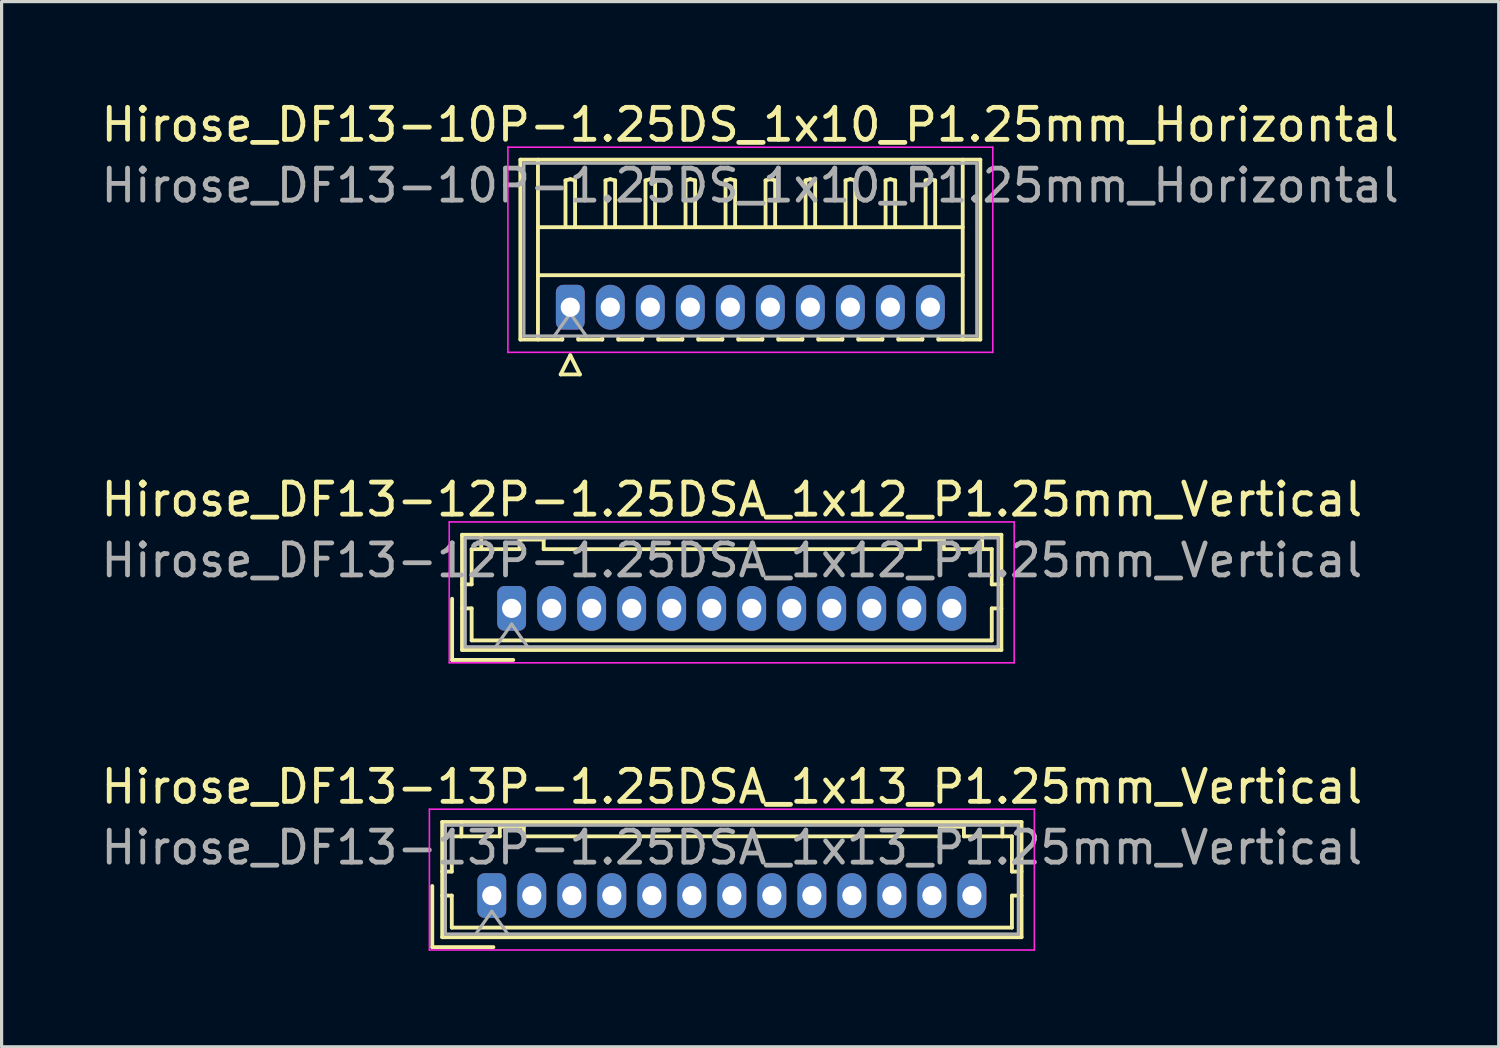
<source format=kicad_pcb>
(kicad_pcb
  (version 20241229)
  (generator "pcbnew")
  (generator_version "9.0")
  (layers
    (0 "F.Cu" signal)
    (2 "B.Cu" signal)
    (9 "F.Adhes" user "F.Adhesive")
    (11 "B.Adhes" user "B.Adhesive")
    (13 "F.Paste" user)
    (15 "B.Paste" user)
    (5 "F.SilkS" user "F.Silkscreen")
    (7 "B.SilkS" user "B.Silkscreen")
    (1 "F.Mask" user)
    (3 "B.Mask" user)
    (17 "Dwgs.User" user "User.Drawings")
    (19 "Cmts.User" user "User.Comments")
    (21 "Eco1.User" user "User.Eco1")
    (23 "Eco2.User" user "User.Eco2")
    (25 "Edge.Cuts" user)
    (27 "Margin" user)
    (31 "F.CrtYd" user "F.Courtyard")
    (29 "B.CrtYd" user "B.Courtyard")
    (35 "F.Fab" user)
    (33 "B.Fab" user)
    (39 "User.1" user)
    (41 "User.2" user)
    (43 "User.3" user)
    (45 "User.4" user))
  (footprint "Hirose_DF13-10P-1.25DS_1x10_P1.25mm_Horizontal"
    (layer "F.Cu")
    (at 14.767 6.548)
    (property "Reference" "Hirose_DF13-10P-1.25DS_1x10_P1.25mm_Horizontal" (at 5.62 -5.7 0) (layer "F.SilkS") (effects (font (size 1 1) (thickness 0.15))))
    (attr through_hole)
    (fp_line (start -1.56 -4.61) (end 12.81 -4.61) (stroke (width 0.12) (type solid)) (layer "F.SilkS"))
    (fp_line (start -1.56 1.01) (end -1.56 -4.61) (stroke (width 0.12) (type solid)) (layer "F.SilkS"))
    (fp_line (start -1.01 -4.61) (end -1.01 1.01) (stroke (width 0.12) (type solid)) (layer "F.SilkS"))
    (fp_line (start -1.01 -2.5) (end 12.26 -2.5) (stroke (width 0.12) (type solid)) (layer "F.SilkS"))
    (fp_line (start -1.01 -1) (end 12.26 -1) (stroke (width 0.12) (type solid)) (layer "F.SilkS"))
    (fp_line (start -0.3 2.1) (end 0.3 2.1) (stroke (width 0.12) (type solid)) (layer "F.SilkS"))
    (fp_line (start -0.25 0.96) (end -0.25 1.01) (stroke (width 0.12) (type solid)) (layer "F.SilkS"))
    (fp_line (start -0.25 1.01) (end -1.56 1.01) (stroke (width 0.12) (type solid)) (layer "F.SilkS"))
    (fp_line (start -0.15 -3.962) (end 0 -4) (stroke (width 0.12) (type solid)) (layer "F.SilkS"))
    (fp_line (start -0.15 -2.5) (end -0.15 -3.962) (stroke (width 0.12) (type solid)) (layer "F.SilkS"))
    (fp_line (start 0 -4) (end 0.15 -3.962) (stroke (width 0.12) (type solid)) (layer "F.SilkS"))
    (fp_line (start 0 1.5) (end -0.3 2.1) (stroke (width 0.12) (type solid)) (layer "F.SilkS"))
    (fp_line (start 0.15 -3.962) (end 0.15 -2.5) (stroke (width 0.12) (type solid)) (layer "F.SilkS"))
    (fp_line (start 0.25 0.96) (end 0.25 1.01) (stroke (width 0.12) (type solid)) (layer "F.SilkS"))
    (fp_line (start 0.25 1.01) (end 1 1.01) (stroke (width 0.12) (type solid)) (layer "F.SilkS"))
    (fp_line (start 0.3 2.1) (end 0 1.5) (stroke (width 0.12) (type solid)) (layer "F.SilkS"))
    (fp_line (start 1 1.01) (end 1 0.96) (stroke (width 0.12) (type solid)) (layer "F.SilkS"))
    (fp_line (start 1.1 -3.962) (end 1.25 -4) (stroke (width 0.12) (type solid)) (layer "F.SilkS"))
    (fp_line (start 1.1 -2.5) (end 1.1 -3.962) (stroke (width 0.12) (type solid)) (layer "F.SilkS"))
    (fp_line (start 1.25 -4) (end 1.4 -3.962) (stroke (width 0.12) (type solid)) (layer "F.SilkS"))
    (fp_line (start 1.4 -3.962) (end 1.4 -2.5) (stroke (width 0.12) (type solid)) (layer "F.SilkS"))
    (fp_line (start 1.5 0.96) (end 1.5 1.01) (stroke (width 0.12) (type solid)) (layer "F.SilkS"))
    (fp_line (start 1.5 1.01) (end 2.25 1.01) (stroke (width 0.12) (type solid)) (layer "F.SilkS"))
    (fp_line (start 2.25 1.01) (end 2.25 0.96) (stroke (width 0.12) (type solid)) (layer "F.SilkS"))
    (fp_line (start 2.35 -3.962) (end 2.5 -4) (stroke (width 0.12) (type solid)) (layer "F.SilkS"))
    (fp_line (start 2.35 -2.5) (end 2.35 -3.962) (stroke (width 0.12) (type solid)) (layer "F.SilkS"))
    (fp_line (start 2.5 -4) (end 2.65 -3.962) (stroke (width 0.12) (type solid)) (layer "F.SilkS"))
    (fp_line (start 2.65 -3.962) (end 2.65 -2.5) (stroke (width 0.12) (type solid)) (layer "F.SilkS"))
    (fp_line (start 2.75 0.96) (end 2.75 1.01) (stroke (width 0.12) (type solid)) (layer "F.SilkS"))
    (fp_line (start 2.75 1.01) (end 3.5 1.01) (stroke (width 0.12) (type solid)) (layer "F.SilkS"))
    (fp_line (start 3.5 1.01) (end 3.5 0.96) (stroke (width 0.12) (type solid)) (layer "F.SilkS"))
    (fp_line (start 3.6 -3.962) (end 3.75 -4) (stroke (width 0.12) (type solid)) (layer "F.SilkS"))
    (fp_line (start 3.6 -2.5) (end 3.6 -3.962) (stroke (width 0.12) (type solid)) (layer "F.SilkS"))
    (fp_line (start 3.75 -4) (end 3.9 -3.962) (stroke (width 0.12) (type solid)) (layer "F.SilkS"))
    (fp_line (start 3.9 -3.962) (end 3.9 -2.5) (stroke (width 0.12) (type solid)) (layer "F.SilkS"))
    (fp_line (start 4 0.96) (end 4 1.01) (stroke (width 0.12) (type solid)) (layer "F.SilkS"))
    (fp_line (start 4 1.01) (end 4.75 1.01) (stroke (width 0.12) (type solid)) (layer "F.SilkS"))
    (fp_line (start 4.75 1.01) (end 4.75 0.96) (stroke (width 0.12) (type solid)) (layer "F.SilkS"))
    (fp_line (start 4.85 -3.962) (end 5 -4) (stroke (width 0.12) (type solid)) (layer "F.SilkS"))
    (fp_line (start 4.85 -2.5) (end 4.85 -3.962) (stroke (width 0.12) (type solid)) (layer "F.SilkS"))
    (fp_line (start 5 -4) (end 5.15 -3.962) (stroke (width 0.12) (type solid)) (layer "F.SilkS"))
    (fp_line (start 5.15 -3.962) (end 5.15 -2.5) (stroke (width 0.12) (type solid)) (layer "F.SilkS"))
    (fp_line (start 5.25 0.96) (end 5.25 1.01) (stroke (width 0.12) (type solid)) (layer "F.SilkS"))
    (fp_line (start 5.25 1.01) (end 6 1.01) (stroke (width 0.12) (type solid)) (layer "F.SilkS"))
    (fp_line (start 6 1.01) (end 6 0.96) (stroke (width 0.12) (type solid)) (layer "F.SilkS"))
    (fp_line (start 6.1 -3.962) (end 6.25 -4) (stroke (width 0.12) (type solid)) (layer "F.SilkS"))
    (fp_line (start 6.1 -2.5) (end 6.1 -3.962) (stroke (width 0.12) (type solid)) (layer "F.SilkS"))
    (fp_line (start 6.25 -4) (end 6.4 -3.962) (stroke (width 0.12) (type solid)) (layer "F.SilkS"))
    (fp_line (start 6.4 -3.962) (end 6.4 -2.5) (stroke (width 0.12) (type solid)) (layer "F.SilkS"))
    (fp_line (start 6.5 0.96) (end 6.5 1.01) (stroke (width 0.12) (type solid)) (layer "F.SilkS"))
    (fp_line (start 6.5 1.01) (end 7.25 1.01) (stroke (width 0.12) (type solid)) (layer "F.SilkS"))
    (fp_line (start 7.25 1.01) (end 7.25 0.96) (stroke (width 0.12) (type solid)) (layer "F.SilkS"))
    (fp_line (start 7.35 -3.962) (end 7.5 -4) (stroke (width 0.12) (type solid)) (layer "F.SilkS"))
    (fp_line (start 7.35 -2.5) (end 7.35 -3.962) (stroke (width 0.12) (type solid)) (layer "F.SilkS"))
    (fp_line (start 7.5 -4) (end 7.65 -3.962) (stroke (width 0.12) (type solid)) (layer "F.SilkS"))
    (fp_line (start 7.65 -3.962) (end 7.65 -2.5) (stroke (width 0.12) (type solid)) (layer "F.SilkS"))
    (fp_line (start 7.75 0.96) (end 7.75 1.01) (stroke (width 0.12) (type solid)) (layer "F.SilkS"))
    (fp_line (start 7.75 1.01) (end 8.5 1.01) (stroke (width 0.12) (type solid)) (layer "F.SilkS"))
    (fp_line (start 8.5 1.01) (end 8.5 0.96) (stroke (width 0.12) (type solid)) (layer "F.SilkS"))
    (fp_line (start 8.6 -3.962) (end 8.75 -4) (stroke (width 0.12) (type solid)) (layer "F.SilkS"))
    (fp_line (start 8.6 -2.5) (end 8.6 -3.962) (stroke (width 0.12) (type solid)) (layer "F.SilkS"))
    (fp_line (start 8.75 -4) (end 8.9 -3.962) (stroke (width 0.12) (type solid)) (layer "F.SilkS"))
    (fp_line (start 8.9 -3.962) (end 8.9 -2.5) (stroke (width 0.12) (type solid)) (layer "F.SilkS"))
    (fp_line (start 9 0.96) (end 9 1.01) (stroke (width 0.12) (type solid)) (layer "F.SilkS"))
    (fp_line (start 9 1.01) (end 9.75 1.01) (stroke (width 0.12) (type solid)) (layer "F.SilkS"))
    (fp_line (start 9.75 1.01) (end 9.75 0.96) (stroke (width 0.12) (type solid)) (layer "F.SilkS"))
    (fp_line (start 9.85 -3.962) (end 10 -4) (stroke (width 0.12) (type solid)) (layer "F.SilkS"))
    (fp_line (start 9.85 -2.5) (end 9.85 -3.962) (stroke (width 0.12) (type solid)) (layer "F.SilkS"))
    (fp_line (start 10 -4) (end 10.15 -3.962) (stroke (width 0.12) (type solid)) (layer "F.SilkS"))
    (fp_line (start 10.15 -3.962) (end 10.15 -2.5) (stroke (width 0.12) (type solid)) (layer "F.SilkS"))
    (fp_line (start 10.25 0.96) (end 10.25 1.01) (stroke (width 0.12) (type solid)) (layer "F.SilkS"))
    (fp_line (start 10.25 1.01) (end 11 1.01) (stroke (width 0.12) (type solid)) (layer "F.SilkS"))
    (fp_line (start 11 1.01) (end 11 0.96) (stroke (width 0.12) (type solid)) (layer "F.SilkS"))
    (fp_line (start 11.1 -3.962) (end 11.25 -4) (stroke (width 0.12) (type solid)) (layer "F.SilkS"))
    (fp_line (start 11.1 -2.5) (end 11.1 -3.962) (stroke (width 0.12) (type solid)) (layer "F.SilkS"))
    (fp_line (start 11.25 -4) (end 11.4 -3.962) (stroke (width 0.12) (type solid)) (layer "F.SilkS"))
    (fp_line (start 11.4 -3.962) (end 11.4 -2.5) (stroke (width 0.12) (type solid)) (layer "F.SilkS"))
    (fp_line (start 11.5 1.01) (end 11.5 0.96) (stroke (width 0.12) (type solid)) (layer "F.SilkS"))
    (fp_line (start 12.26 -4.61) (end 12.26 1.01) (stroke (width 0.12) (type solid)) (layer "F.SilkS"))
    (fp_line (start 12.81 -4.61) (end 12.81 1.01) (stroke (width 0.12) (type solid)) (layer "F.SilkS"))
    (fp_line (start 12.81 1.01) (end 11.5 1.01) (stroke (width 0.12) (type solid)) (layer "F.SilkS"))
    (fp_line (start -1.95 -5) (end -1.95 1.41) (stroke (width 0.05) (type solid)) (layer "F.CrtYd"))
    (fp_line (start -1.95 1.41) (end 13.2 1.41) (stroke (width 0.05) (type solid)) (layer "F.CrtYd"))
    (fp_line (start 13.2 -5) (end -1.95 -5) (stroke (width 0.05) (type solid)) (layer "F.CrtYd"))
    (fp_line (start 13.2 1.41) (end 13.2 -5) (stroke (width 0.05) (type solid)) (layer "F.CrtYd"))
    (fp_line (start -1.45 -4.5) (end -1.45 0.9) (stroke (width 0.1) (type solid)) (layer "F.Fab"))
    (fp_line (start -1.45 0.9) (end 12.7 0.9) (stroke (width 0.1) (type solid)) (layer "F.Fab"))
    (fp_line (start -0.5 0.9) (end 0 0.193) (stroke (width 0.1) (type solid)) (layer "F.Fab"))
    (fp_line (start 0 0.193) (end 0.5 0.9) (stroke (width 0.1) (type solid)) (layer "F.Fab"))
    (fp_line (start 12.7 -4.5) (end -1.45 -4.5) (stroke (width 0.1) (type solid)) (layer "F.Fab"))
    (fp_line (start 12.7 0.9) (end 12.7 -4.5) (stroke (width 0.1) (type solid)) (layer "F.Fab"))
    (fp_text user "${REFERENCE}" (at 5.62 -3.8 0) (layer "F.Fab") (effects (font (size 1 1) (thickness 0.15))))
    (pad "1" thru_hole roundrect (at 0 0) (size 0.9 1.4) (drill 0.6) (layers "*.Cu" "*.Mask") (roundrect_rratio 0.25))
    (pad "2" thru_hole oval (at 1.25 0) (size 0.9 1.4) (drill 0.6) (layers "*.Cu" "*.Mask"))
    (pad "3" thru_hole oval (at 2.5 0) (size 0.9 1.4) (drill 0.6) (layers "*.Cu" "*.Mask"))
    (pad "4" thru_hole oval (at 3.75 0) (size 0.9 1.4) (drill 0.6) (layers "*.Cu" "*.Mask"))
    (pad "5" thru_hole oval (at 5 0) (size 0.9 1.4) (drill 0.6) (layers "*.Cu" "*.Mask"))
    (pad "6" thru_hole oval (at 6.25 0) (size 0.9 1.4) (drill 0.6) (layers "*.Cu" "*.Mask"))
    (pad "7" thru_hole oval (at 7.5 0) (size 0.9 1.4) (drill 0.6) (layers "*.Cu" "*.Mask"))
    (pad "8" thru_hole oval (at 8.75 0) (size 0.9 1.4) (drill 0.6) (layers "*.Cu" "*.Mask"))
    (pad "9" thru_hole oval (at 10 0) (size 0.9 1.4) (drill 0.6) (layers "*.Cu" "*.Mask"))
    (pad "10" thru_hole oval (at 11.25 0) (size 0.9 1.4) (drill 0.6) (layers "*.Cu" "*.Mask")))
  (footprint "Hirose_DF13-12P-1.25DSA_1x12_P1.25mm_Vertical"
    (layer "F.Cu")
    (at 12.935 15.957)
    (property "Reference" "Hirose_DF13-12P-1.25DSA_1x12_P1.25mm_Vertical" (at 6.88 -3.4 0) (layer "F.SilkS") (effects (font (size 1 1) (thickness 0.15))))
    (attr through_hole)
    (fp_line (start -1.86 -0.3) (end -1.86 1.61) (stroke (width 0.12) (type solid)) (layer "F.SilkS"))
    (fp_line (start -1.86 1.61) (end 0.05 1.61) (stroke (width 0.12) (type solid)) (layer "F.SilkS"))
    (fp_line (start -1.55 -2.3) (end -1.55 1.3) (stroke (width 0.12) (type solid)) (layer "F.SilkS"))
    (fp_line (start -1.55 -0.75) (end -1.25 -0.75) (stroke (width 0.12) (type solid)) (layer "F.SilkS"))
    (fp_line (start -1.55 0) (end -1.25 0) (stroke (width 0.12) (type solid)) (layer "F.SilkS"))
    (fp_line (start -1.55 1.3) (end 15.3 1.3) (stroke (width 0.12) (type solid)) (layer "F.SilkS"))
    (fp_line (start -1.25 -1.85) (end -0.95 -1.85) (stroke (width 0.12) (type solid)) (layer "F.SilkS"))
    (fp_line (start -1.25 -0.75) (end -1.25 -1.85) (stroke (width 0.12) (type solid)) (layer "F.SilkS"))
    (fp_line (start -1.25 0) (end -1.25 1) (stroke (width 0.12) (type solid)) (layer "F.SilkS"))
    (fp_line (start -1.25 1) (end 15 1) (stroke (width 0.12) (type solid)) (layer "F.SilkS"))
    (fp_line (start -0.95 -1.85) (end -0.95 -2.3) (stroke (width 0.12) (type solid)) (layer "F.SilkS"))
    (fp_line (start -0.95 -1.85) (end 0.25 -1.85) (stroke (width 0.12) (type solid)) (layer "F.SilkS"))
    (fp_line (start 0.25 -2.15) (end 1 -2.15) (stroke (width 0.12) (type solid)) (layer "F.SilkS"))
    (fp_line (start 0.25 -1.85) (end 0.25 -2.15) (stroke (width 0.12) (type solid)) (layer "F.SilkS"))
    (fp_line (start 1 -2.15) (end 1 -1.85) (stroke (width 0.12) (type solid)) (layer "F.SilkS"))
    (fp_line (start 1 -1.85) (end 12.75 -1.85) (stroke (width 0.12) (type solid)) (layer "F.SilkS"))
    (fp_line (start 12.75 -2.15) (end 13.5 -2.15) (stroke (width 0.12) (type solid)) (layer "F.SilkS"))
    (fp_line (start 12.75 -1.85) (end 12.75 -2.15) (stroke (width 0.12) (type solid)) (layer "F.SilkS"))
    (fp_line (start 13.5 -2.15) (end 13.5 -1.85) (stroke (width 0.12) (type solid)) (layer "F.SilkS"))
    (fp_line (start 13.5 -1.85) (end 14.7 -1.85) (stroke (width 0.12) (type solid)) (layer "F.SilkS"))
    (fp_line (start 14.7 -1.85) (end 14.7 -2.3) (stroke (width 0.12) (type solid)) (layer "F.SilkS"))
    (fp_line (start 15 -1.85) (end 14.7 -1.85) (stroke (width 0.12) (type solid)) (layer "F.SilkS"))
    (fp_line (start 15 -0.75) (end 15 -1.85) (stroke (width 0.12) (type solid)) (layer "F.SilkS"))
    (fp_line (start 15 0) (end 15.3 0) (stroke (width 0.12) (type solid)) (layer "F.SilkS"))
    (fp_line (start 15 1) (end 15 0) (stroke (width 0.12) (type solid)) (layer "F.SilkS"))
    (fp_line (start 15.3 -2.3) (end -1.55 -2.3) (stroke (width 0.12) (type solid)) (layer "F.SilkS"))
    (fp_line (start 15.3 -0.75) (end 15 -0.75) (stroke (width 0.12) (type solid)) (layer "F.SilkS"))
    (fp_line (start 15.3 1.3) (end 15.3 -2.3) (stroke (width 0.12) (type solid)) (layer "F.SilkS"))
    (fp_line (start -1.95 -2.7) (end -1.95 1.7) (stroke (width 0.05) (type solid)) (layer "F.CrtYd"))
    (fp_line (start -1.95 1.7) (end 15.7 1.7) (stroke (width 0.05) (type solid)) (layer "F.CrtYd"))
    (fp_line (start 15.7 -2.7) (end -1.95 -2.7) (stroke (width 0.05) (type solid)) (layer "F.CrtYd"))
    (fp_line (start 15.7 1.7) (end 15.7 -2.7) (stroke (width 0.05) (type solid)) (layer "F.CrtYd"))
    (fp_line (start -1.45 -2.2) (end -1.45 1.2) (stroke (width 0.1) (type solid)) (layer "F.Fab"))
    (fp_line (start -1.45 1.2) (end 15.2 1.2) (stroke (width 0.1) (type solid)) (layer "F.Fab"))
    (fp_line (start -0.5 1.2) (end 0 0.493) (stroke (width 0.1) (type solid)) (layer "F.Fab"))
    (fp_line (start 0 0.493) (end 0.5 1.2) (stroke (width 0.1) (type solid)) (layer "F.Fab"))
    (fp_line (start 15.2 -2.2) (end -1.45 -2.2) (stroke (width 0.1) (type solid)) (layer "F.Fab"))
    (fp_line (start 15.2 1.2) (end 15.2 -2.2) (stroke (width 0.1) (type solid)) (layer "F.Fab"))
    (fp_text user "${REFERENCE}" (at 6.88 -1.5 0) (layer "F.Fab") (effects (font (size 1 1) (thickness 0.15))))
    (pad "1" thru_hole roundrect (at 0 0) (size 0.9 1.4) (drill 0.6) (layers "*.Cu" "*.Mask") (roundrect_rratio 0.25))
    (pad "2" thru_hole oval (at 1.25 0) (size 0.9 1.4) (drill 0.6) (layers "*.Cu" "*.Mask"))
    (pad "3" thru_hole oval (at 2.5 0) (size 0.9 1.4) (drill 0.6) (layers "*.Cu" "*.Mask"))
    (pad "4" thru_hole oval (at 3.75 0) (size 0.9 1.4) (drill 0.6) (layers "*.Cu" "*.Mask"))
    (pad "5" thru_hole oval (at 5 0) (size 0.9 1.4) (drill 0.6) (layers "*.Cu" "*.Mask"))
    (pad "6" thru_hole oval (at 6.25 0) (size 0.9 1.4) (drill 0.6) (layers "*.Cu" "*.Mask"))
    (pad "7" thru_hole oval (at 7.5 0) (size 0.9 1.4) (drill 0.6) (layers "*.Cu" "*.Mask"))
    (pad "8" thru_hole oval (at 8.75 0) (size 0.9 1.4) (drill 0.6) (layers "*.Cu" "*.Mask"))
    (pad "9" thru_hole oval (at 10 0) (size 0.9 1.4) (drill 0.6) (layers "*.Cu" "*.Mask"))
    (pad "10" thru_hole oval (at 11.25 0) (size 0.9 1.4) (drill 0.6) (layers "*.Cu" "*.Mask"))
    (pad "11" thru_hole oval (at 12.5 0) (size 0.9 1.4) (drill 0.6) (layers "*.Cu" "*.Mask"))
    (pad "12" thru_hole oval (at 13.75 0) (size 0.9 1.4) (drill 0.6) (layers "*.Cu" "*.Mask")))
  (footprint "Hirose_DF13-13P-1.25DSA_1x13_P1.25mm_Vertical"
    (layer "F.Cu")
    (at 12.315 24.93)
    (property "Reference" "Hirose_DF13-13P-1.25DSA_1x13_P1.25mm_Vertical" (at 7.5 -3.4 0) (layer "F.SilkS") (effects (font (size 1 1) (thickness 0.15))))
    (attr through_hole)
    (fp_line (start -1.86 -0.3) (end -1.86 1.61) (stroke (width 0.12) (type solid)) (layer "F.SilkS"))
    (fp_line (start -1.86 1.61) (end 0.05 1.61) (stroke (width 0.12) (type solid)) (layer "F.SilkS"))
    (fp_line (start -1.55 -2.3) (end -1.55 1.3) (stroke (width 0.12) (type solid)) (layer "F.SilkS"))
    (fp_line (start -1.55 -0.75) (end -1.25 -0.75) (stroke (width 0.12) (type solid)) (layer "F.SilkS"))
    (fp_line (start -1.55 0) (end -1.25 0) (stroke (width 0.12) (type solid)) (layer "F.SilkS"))
    (fp_line (start -1.55 1.3) (end 16.55 1.3) (stroke (width 0.12) (type solid)) (layer "F.SilkS"))
    (fp_line (start -1.25 -1.85) (end -0.95 -1.85) (stroke (width 0.12) (type solid)) (layer "F.SilkS"))
    (fp_line (start -1.25 -0.75) (end -1.25 -1.85) (stroke (width 0.12) (type solid)) (layer "F.SilkS"))
    (fp_line (start -1.25 0) (end -1.25 1) (stroke (width 0.12) (type solid)) (layer "F.SilkS"))
    (fp_line (start -1.25 1) (end 16.25 1) (stroke (width 0.12) (type solid)) (layer "F.SilkS"))
    (fp_line (start -0.95 -1.85) (end -0.95 -2.3) (stroke (width 0.12) (type solid)) (layer "F.SilkS"))
    (fp_line (start -0.95 -1.85) (end 0.25 -1.85) (stroke (width 0.12) (type solid)) (layer "F.SilkS"))
    (fp_line (start 0.25 -2.15) (end 1 -2.15) (stroke (width 0.12) (type solid)) (layer "F.SilkS"))
    (fp_line (start 0.25 -1.85) (end 0.25 -2.15) (stroke (width 0.12) (type solid)) (layer "F.SilkS"))
    (fp_line (start 1 -2.15) (end 1 -1.85) (stroke (width 0.12) (type solid)) (layer "F.SilkS"))
    (fp_line (start 1 -1.85) (end 14 -1.85) (stroke (width 0.12) (type solid)) (layer "F.SilkS"))
    (fp_line (start 14 -2.15) (end 14.75 -2.15) (stroke (width 0.12) (type solid)) (layer "F.SilkS"))
    (fp_line (start 14 -1.85) (end 14 -2.15) (stroke (width 0.12) (type solid)) (layer "F.SilkS"))
    (fp_line (start 14.75 -2.15) (end 14.75 -1.85) (stroke (width 0.12) (type solid)) (layer "F.SilkS"))
    (fp_line (start 14.75 -1.85) (end 15.95 -1.85) (stroke (width 0.12) (type solid)) (layer "F.SilkS"))
    (fp_line (start 15.95 -1.85) (end 15.95 -2.3) (stroke (width 0.12) (type solid)) (layer "F.SilkS"))
    (fp_line (start 16.25 -1.85) (end 15.95 -1.85) (stroke (width 0.12) (type solid)) (layer "F.SilkS"))
    (fp_line (start 16.25 -0.75) (end 16.25 -1.85) (stroke (width 0.12) (type solid)) (layer "F.SilkS"))
    (fp_line (start 16.25 0) (end 16.55 0) (stroke (width 0.12) (type solid)) (layer "F.SilkS"))
    (fp_line (start 16.25 1) (end 16.25 0) (stroke (width 0.12) (type solid)) (layer "F.SilkS"))
    (fp_line (start 16.55 -2.3) (end -1.55 -2.3) (stroke (width 0.12) (type solid)) (layer "F.SilkS"))
    (fp_line (start 16.55 -0.75) (end 16.25 -0.75) (stroke (width 0.12) (type solid)) (layer "F.SilkS"))
    (fp_line (start 16.55 1.3) (end 16.55 -2.3) (stroke (width 0.12) (type solid)) (layer "F.SilkS"))
    (fp_line (start -1.95 -2.7) (end -1.95 1.7) (stroke (width 0.05) (type solid)) (layer "F.CrtYd"))
    (fp_line (start -1.95 1.7) (end 16.95 1.7) (stroke (width 0.05) (type solid)) (layer "F.CrtYd"))
    (fp_line (start 16.95 -2.7) (end -1.95 -2.7) (stroke (width 0.05) (type solid)) (layer "F.CrtYd"))
    (fp_line (start 16.95 1.7) (end 16.95 -2.7) (stroke (width 0.05) (type solid)) (layer "F.CrtYd"))
    (fp_line (start -1.45 -2.2) (end -1.45 1.2) (stroke (width 0.1) (type solid)) (layer "F.Fab"))
    (fp_line (start -1.45 1.2) (end 16.45 1.2) (stroke (width 0.1) (type solid)) (layer "F.Fab"))
    (fp_line (start -0.5 1.2) (end 0 0.493) (stroke (width 0.1) (type solid)) (layer "F.Fab"))
    (fp_line (start 0 0.493) (end 0.5 1.2) (stroke (width 0.1) (type solid)) (layer "F.Fab"))
    (fp_line (start 16.45 -2.2) (end -1.45 -2.2) (stroke (width 0.1) (type solid)) (layer "F.Fab"))
    (fp_line (start 16.45 1.2) (end 16.45 -2.2) (stroke (width 0.1) (type solid)) (layer "F.Fab"))
    (fp_text user "${REFERENCE}" (at 7.5 -1.5 0) (layer "F.Fab") (effects (font (size 1 1) (thickness 0.15))))
    (pad "1" thru_hole roundrect (at 0 0) (size 0.9 1.4) (drill 0.6) (layers "*.Cu" "*.Mask") (roundrect_rratio 0.25))
    (pad "2" thru_hole oval (at 1.25 0) (size 0.9 1.4) (drill 0.6) (layers "*.Cu" "*.Mask"))
    (pad "3" thru_hole oval (at 2.5 0) (size 0.9 1.4) (drill 0.6) (layers "*.Cu" "*.Mask"))
    (pad "4" thru_hole oval (at 3.75 0) (size 0.9 1.4) (drill 0.6) (layers "*.Cu" "*.Mask"))
    (pad "5" thru_hole oval (at 5 0) (size 0.9 1.4) (drill 0.6) (layers "*.Cu" "*.Mask"))
    (pad "6" thru_hole oval (at 6.25 0) (size 0.9 1.4) (drill 0.6) (layers "*.Cu" "*.Mask"))
    (pad "7" thru_hole oval (at 7.5 0) (size 0.9 1.4) (drill 0.6) (layers "*.Cu" "*.Mask"))
    (pad "8" thru_hole oval (at 8.75 0) (size 0.9 1.4) (drill 0.6) (layers "*.Cu" "*.Mask"))
    (pad "9" thru_hole oval (at 10 0) (size 0.9 1.4) (drill 0.6) (layers "*.Cu" "*.Mask"))
    (pad "10" thru_hole oval (at 11.25 0) (size 0.9 1.4) (drill 0.6) (layers "*.Cu" "*.Mask"))
    (pad "11" thru_hole oval (at 12.5 0) (size 0.9 1.4) (drill 0.6) (layers "*.Cu" "*.Mask"))
    (pad "12" thru_hole oval (at 13.75 0) (size 0.9 1.4) (drill 0.6) (layers "*.Cu" "*.Mask"))
    (pad "13" thru_hole oval (at 15 0) (size 0.9 1.4) (drill 0.6) (layers "*.Cu" "*.Mask")))
  (gr_rect
    (start -3 -3)
    (end 43.774 29.655)
    (stroke (width 0.1) (type default))
    (fill no)
    (layer "Edge.Cuts")))
</source>
